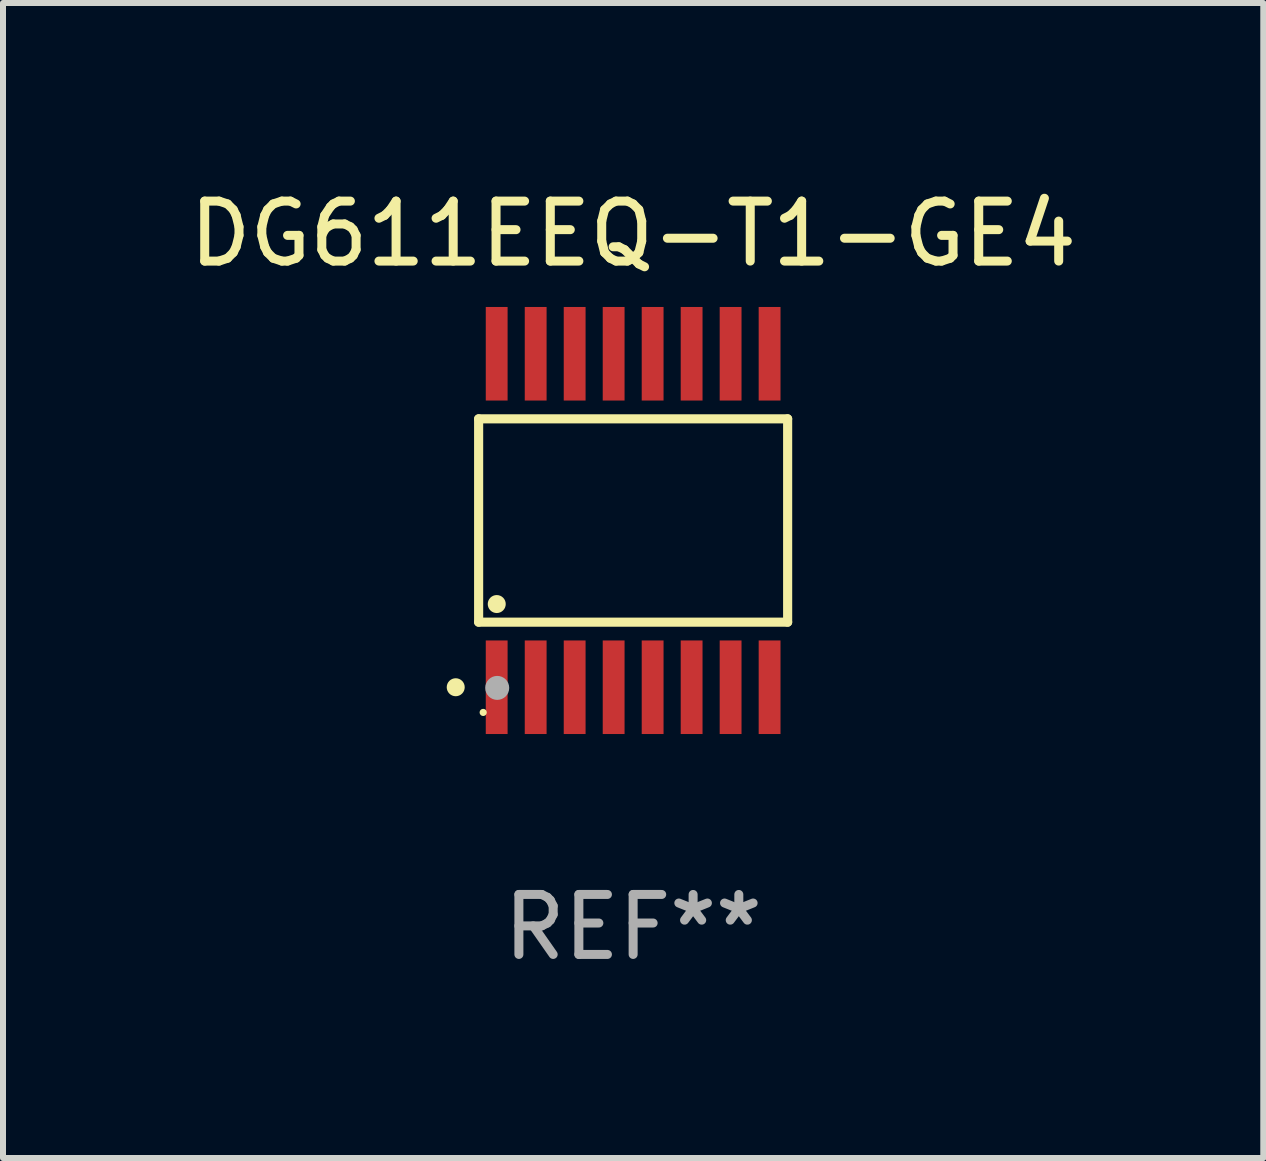
<source format=kicad_pcb>
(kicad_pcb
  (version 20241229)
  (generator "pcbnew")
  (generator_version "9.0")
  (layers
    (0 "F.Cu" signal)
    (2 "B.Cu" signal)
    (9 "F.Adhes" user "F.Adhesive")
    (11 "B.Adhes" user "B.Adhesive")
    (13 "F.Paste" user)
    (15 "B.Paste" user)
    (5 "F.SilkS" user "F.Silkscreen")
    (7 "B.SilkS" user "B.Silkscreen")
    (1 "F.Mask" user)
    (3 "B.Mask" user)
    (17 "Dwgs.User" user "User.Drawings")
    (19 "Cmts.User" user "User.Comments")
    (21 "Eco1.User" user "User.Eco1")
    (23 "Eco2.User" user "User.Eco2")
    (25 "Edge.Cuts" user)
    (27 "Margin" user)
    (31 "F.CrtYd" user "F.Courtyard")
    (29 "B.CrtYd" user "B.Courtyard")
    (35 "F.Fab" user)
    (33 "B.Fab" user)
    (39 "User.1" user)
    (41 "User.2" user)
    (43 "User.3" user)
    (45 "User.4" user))
  (footprint "DG611EEQ-T1-GE4"
    (layer "F.Cu")
    (at 7.506 5.628)
    (property "Reference" "DG611EEQ-T1-GE4" (at 0 -4.78 0) (layer "F.SilkS") (effects (font (size 1 1) (thickness 0.15))))
    (attr through_hole)
    (fp_line (start -2.576 -1.695) (end 2.576 -1.695) (stroke (width 0.152) (type solid)) (layer "F.SilkS"))
    (fp_line (start -2.576 1.695) (end -2.576 -1.695) (stroke (width 0.152) (type solid)) (layer "F.SilkS"))
    (fp_line (start 2.576 -1.695) (end 2.576 1.695) (stroke (width 0.152) (type solid)) (layer "F.SilkS"))
    (fp_line (start 2.576 1.695) (end -2.576 1.695) (stroke (width 0.152) (type solid)) (layer "F.SilkS"))
    (fp_circle (center -2.958 2.78) (end -2.883 2.78) (stroke (width 0.15) (type solid)) (fill no) (layer "F.SilkS"))
    (fp_circle (center -2.5 3.2) (end -2.47 3.2) (stroke (width 0.06) (type solid)) (fill no) (layer "F.SilkS"))
    (fp_circle (center -2.274 1.393) (end -2.199 1.393) (stroke (width 0.15) (type solid)) (fill no) (layer "F.SilkS"))
    (fp_circle (center -2.266 2.791) (end -2.166 2.791) (stroke (width 0.2) (type solid)) (fill no) (layer "F.Fab"))
    (fp_text user "REF**" (at 0 6.78 0) (layer "F.Fab") (effects (font (size 1 1) (thickness 0.15))))
    (pad "1" smd rect (at -2.275 2.78) (size 0.364 1.56) (layers "F.Cu" "F.Mask" "F.Paste"))
    (pad "2" smd rect (at -1.625 2.78) (size 0.364 1.56) (layers "F.Cu" "F.Mask" "F.Paste"))
    (pad "3" smd rect (at -0.975 2.78) (size 0.364 1.56) (layers "F.Cu" "F.Mask" "F.Paste"))
    (pad "4" smd rect (at -0.325 2.78) (size 0.364 1.56) (layers "F.Cu" "F.Mask" "F.Paste"))
    (pad "5" smd rect (at 0.325 2.78) (size 0.364 1.56) (layers "F.Cu" "F.Mask" "F.Paste"))
    (pad "6" smd rect (at 0.975 2.78) (size 0.364 1.56) (layers "F.Cu" "F.Mask" "F.Paste"))
    (pad "7" smd rect (at 1.625 2.78) (size 0.364 1.56) (layers "F.Cu" "F.Mask" "F.Paste"))
    (pad "8" smd rect (at 2.275 2.78) (size 0.364 1.56) (layers "F.Cu" "F.Mask" "F.Paste"))
    (pad "9" smd rect (at 2.275 -2.78) (size 0.364 1.56) (layers "F.Cu" "F.Mask" "F.Paste"))
    (pad "10" smd rect (at 1.625 -2.78) (size 0.364 1.56) (layers "F.Cu" "F.Mask" "F.Paste"))
    (pad "11" smd rect (at 0.975 -2.78) (size 0.364 1.56) (layers "F.Cu" "F.Mask" "F.Paste"))
    (pad "12" smd rect (at 0.325 -2.78) (size 0.364 1.56) (layers "F.Cu" "F.Mask" "F.Paste"))
    (pad "13" smd rect (at -0.325 -2.78) (size 0.364 1.56) (layers "F.Cu" "F.Mask" "F.Paste"))
    (pad "14" smd rect (at -0.975 -2.78) (size 0.364 1.56) (layers "F.Cu" "F.Mask" "F.Paste"))
    (pad "15" smd rect (at -1.625 -2.78) (size 0.364 1.56) (layers "F.Cu" "F.Mask" "F.Paste"))
    (pad "16" smd rect (at -2.275 -2.78) (size 0.364 1.56) (layers "F.Cu" "F.Mask" "F.Paste")))
  (gr_rect
    (start -3 -3)
    (end 18.012 16.257)
    (stroke (width 0.1) (type default))
    (fill no)
    (layer "Edge.Cuts")))
</source>
